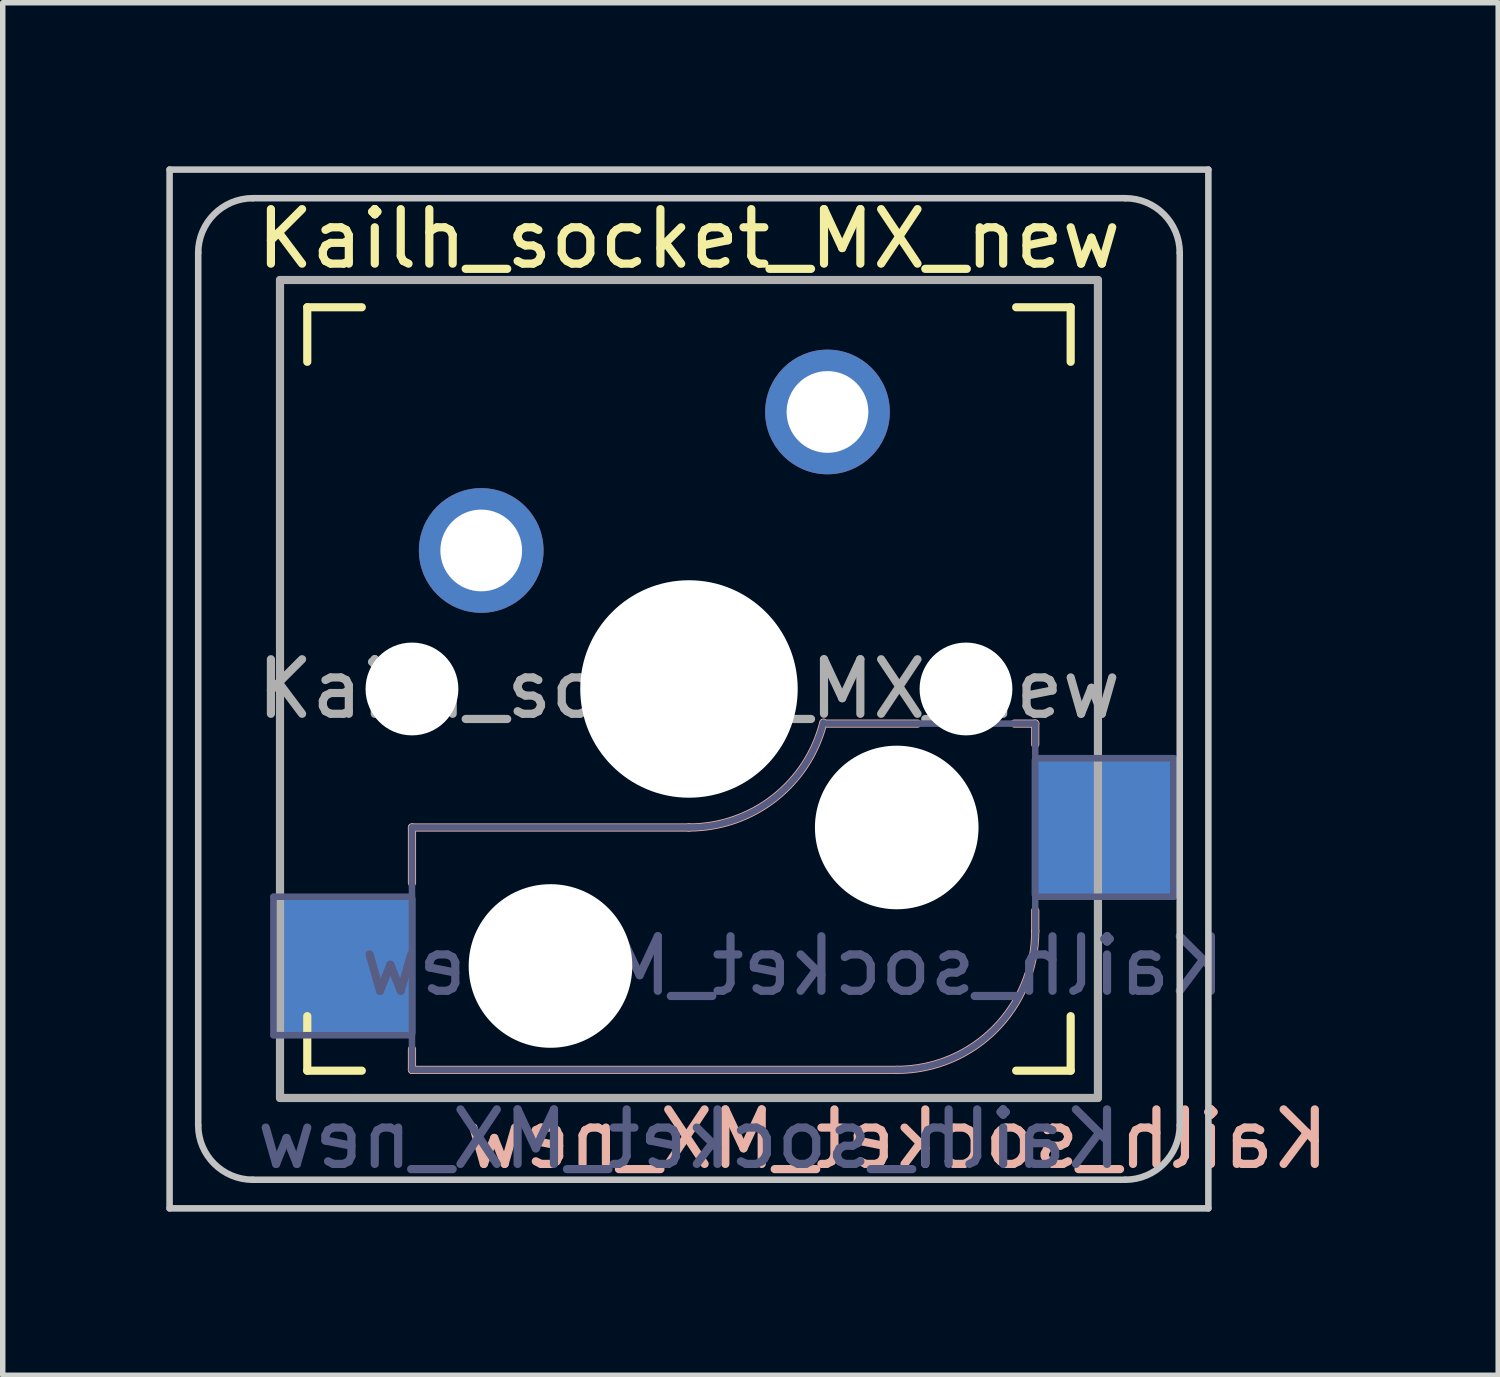
<source format=kicad_pcb>
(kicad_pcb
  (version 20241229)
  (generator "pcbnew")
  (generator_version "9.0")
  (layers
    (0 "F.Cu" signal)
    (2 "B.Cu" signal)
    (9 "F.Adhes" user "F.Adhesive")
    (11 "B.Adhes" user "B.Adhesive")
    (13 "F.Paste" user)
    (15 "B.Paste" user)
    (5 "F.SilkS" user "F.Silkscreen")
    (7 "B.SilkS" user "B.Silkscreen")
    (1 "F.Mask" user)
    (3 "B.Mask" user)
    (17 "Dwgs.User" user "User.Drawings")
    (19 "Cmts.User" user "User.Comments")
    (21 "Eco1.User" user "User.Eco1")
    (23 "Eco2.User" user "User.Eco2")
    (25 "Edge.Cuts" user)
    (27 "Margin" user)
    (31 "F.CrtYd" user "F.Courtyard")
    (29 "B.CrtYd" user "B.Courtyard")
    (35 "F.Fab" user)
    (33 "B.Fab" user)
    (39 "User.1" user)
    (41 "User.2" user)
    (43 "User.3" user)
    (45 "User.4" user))
  (footprint "Kailh_socket_MX_new"
    (layer "F.Cu")
    (at 9.585 9.585)
    (property "Reference" "Kailh_socket_MX_new" (at 0 -8.255 0) (layer "F.SilkS") (effects (font (size 1 1) (thickness 0.15))))
    (property "Value" "Kailh_socket_MX_new" (at 0 8.255 0) (layer "F.Fab") (hide yes) (effects (font (size 1 1) (thickness 0.15))))
    (attr through_hole)
    (fp_line (start -7 -6) (end -7 -7) (stroke (width 0.15) (type solid)) (layer "F.SilkS"))
    (fp_line (start -7 7) (end -7 6) (stroke (width 0.15) (type solid)) (layer "F.SilkS"))
    (fp_line (start -7 7) (end -6 7) (stroke (width 0.15) (type solid)) (layer "F.SilkS"))
    (fp_line (start -6 -7) (end -7 -7) (stroke (width 0.15) (type solid)) (layer "F.SilkS"))
    (fp_line (start 6 7) (end 7 7) (stroke (width 0.15) (type solid)) (layer "F.SilkS"))
    (fp_line (start 7 -7) (end 6 -7) (stroke (width 0.15) (type solid)) (layer "F.SilkS"))
    (fp_line (start 7 -7) (end 7 -6) (stroke (width 0.15) (type solid)) (layer "F.SilkS"))
    (fp_line (start 7 6) (end 7 7) (stroke (width 0.15) (type solid)) (layer "F.SilkS"))
    (fp_line (start -5.08 2.54) (end -5.08 3.556) (stroke (width 0.15) (type solid)) (layer "B.SilkS"))
    (fp_line (start -5.08 6.604) (end -5.08 6.985) (stroke (width 0.15) (type solid)) (layer "B.SilkS"))
    (fp_line (start -5.08 6.985) (end 3.81 6.985) (stroke (width 0.15) (type solid)) (layer "B.SilkS"))
    (fp_line (start 0 2.54) (end -5.08 2.54) (stroke (width 0.15) (type solid)) (layer "B.SilkS"))
    (fp_line (start 4.191 0.635) (end 2.54 0.635) (stroke (width 0.15) (type solid)) (layer "B.SilkS"))
    (fp_line (start 6.35 0.635) (end 5.969 0.635) (stroke (width 0.15) (type solid)) (layer "B.SilkS"))
    (fp_line (start 6.35 1.016) (end 6.35 0.635) (stroke (width 0.15) (type solid)) (layer "B.SilkS"))
    (fp_line (start 6.35 4.445) (end 6.35 4.064) (stroke (width 0.15) (type solid)) (layer "B.SilkS"))
    (fp_arc (start 2.464162 0.61604) (mid 1.563147 2.002042) (end 0 2.54) (stroke (width 0.15) (type solid)) (layer "B.SilkS"))
    (fp_arc (start 6.35 4.445) (mid 5.606051 6.241051) (end 3.81 6.985) (stroke (width 0.15) (type solid)) (layer "B.SilkS"))
    (fp_line (start -9.525 -9.525) (end 9.525 -9.525) (stroke (width 0.12) (type solid)) (layer "Dwgs.User"))
    (fp_line (start -9.525 9.525) (end -9.525 -9.525) (stroke (width 0.12) (type solid)) (layer "Dwgs.User"))
    (fp_line (start -9.525 9.525) (end 9.525 9.525) (stroke (width 0.12) (type solid)) (layer "Dwgs.User"))
    (fp_line (start -9 -8) (end -9 8) (stroke (width 0.12) (type solid)) (layer "Dwgs.User"))
    (fp_line (start -8 -9) (end 8 -9) (stroke (width 0.12) (type solid)) (layer "Dwgs.User"))
    (fp_line (start -8 9) (end 8 9) (stroke (width 0.12) (type solid)) (layer "Dwgs.User"))
    (fp_line (start 9 -8) (end 9 8) (stroke (width 0.12) (type solid)) (layer "Dwgs.User"))
    (fp_line (start 9.525 9.525) (end 9.525 -9.525) (stroke (width 0.12) (type solid)) (layer "Dwgs.User"))
    (fp_arc (start -9 -8) (mid -8.707107 -8.707107) (end -8 -9) (stroke (width 0.12) (type solid)) (layer "Dwgs.User"))
    (fp_arc (start -8 9) (mid -8.707107 8.707107) (end -9 8) (stroke (width 0.12) (type solid)) (layer "Dwgs.User"))
    (fp_arc (start 8 -9) (mid 8.707107 -8.707107) (end 9 -8) (stroke (width 0.12) (type solid)) (layer "Dwgs.User"))
    (fp_arc (start 9 8) (mid 8.707107 8.707107) (end 8 9) (stroke (width 0.12) (type solid)) (layer "Dwgs.User"))
    (fp_line (start -7 7) (end -7 -7) (stroke (width 0.15) (type solid)) (layer "Eco2.User"))
    (fp_line (start -7 7) (end 7 7) (stroke (width 0.15) (type solid)) (layer "Eco2.User"))
    (fp_line (start 7 -7) (end -7 -7) (stroke (width 0.15) (type solid)) (layer "Eco2.User"))
    (fp_line (start 7 -7) (end 7 7) (stroke (width 0.15) (type solid)) (layer "Eco2.User"))
    (fp_line (start -7.62 3.81) (end -7.62 6.35) (stroke (width 0.12) (type solid)) (layer "B.Fab"))
    (fp_line (start -7.62 6.35) (end -5.08 6.35) (stroke (width 0.12) (type solid)) (layer "B.Fab"))
    (fp_line (start -5.08 2.54) (end -5.08 6.985) (stroke (width 0.12) (type solid)) (layer "B.Fab"))
    (fp_line (start -5.08 3.81) (end -7.62 3.81) (stroke (width 0.12) (type solid)) (layer "B.Fab"))
    (fp_line (start -5.08 6.985) (end 3.81 6.985) (stroke (width 0.12) (type solid)) (layer "B.Fab"))
    (fp_line (start 0 2.54) (end -5.08 2.54) (stroke (width 0.12) (type solid)) (layer "B.Fab"))
    (fp_line (start 6.35 0.635) (end 2.54 0.635) (stroke (width 0.12) (type solid)) (layer "B.Fab"))
    (fp_line (start 6.35 3.81) (end 8.89 3.81) (stroke (width 0.12) (type solid)) (layer "B.Fab"))
    (fp_line (start 6.35 4.445) (end 6.35 0.635) (stroke (width 0.12) (type solid)) (layer "B.Fab"))
    (fp_line (start 8.89 1.27) (end 6.35 1.27) (stroke (width 0.12) (type solid)) (layer "B.Fab"))
    (fp_line (start 8.89 3.81) (end 8.89 1.27) (stroke (width 0.12) (type solid)) (layer "B.Fab"))
    (fp_arc (start 2.464162 0.61604) (mid 1.563147 2.002042) (end 0 2.54) (stroke (width 0.12) (type solid)) (layer "B.Fab"))
    (fp_arc (start 6.35 4.445) (mid 5.606051 6.241051) (end 3.81 6.985) (stroke (width 0.12) (type solid)) (layer "B.Fab"))
    (fp_line (start -7.5 -7.5) (end 7.5 -7.5) (stroke (width 0.15) (type solid)) (layer "F.Fab"))
    (fp_line (start -7.5 7.5) (end -7.5 -7.5) (stroke (width 0.15) (type solid)) (layer "F.Fab"))
    (fp_line (start 7.5 -7.5) (end 7.5 7.5) (stroke (width 0.15) (type solid)) (layer "F.Fab"))
    (fp_line (start 7.5 7.5) (end -7.5 7.5) (stroke (width 0.15) (type solid)) (layer "F.Fab"))
    (fp_text user "${REFERENCE}" (at 3.81 8.255 0) (layer "B.SilkS") (effects (font (size 1 1) (thickness 0.15)) (justify mirror)))
    (fp_text user "${VALUE}" (at 0 8.255 0) (layer "B.Fab") (effects (font (size 1 1) (thickness 0.15)) (justify mirror)))
    (fp_text user "${REFERENCE}" (at 1.905 5.08 0) (layer "B.Fab") (effects (font (size 1 1) (thickness 0.15)) (justify mirror)))
    (fp_text user "${REFERENCE}" (at 0 0 0) (layer "F.Fab") (effects (font (size 1 1) (thickness 0.15))))
    (pad "" np_thru_hole circle (at -5.08 0) (size 1.702 1.702) (drill 1.702) (layers "*.Cu" "*.Mask"))
    (pad "" np_thru_hole circle (at -2.54 5.08) (size 3 3) (drill 3) (layers "*.Cu" "*.Mask"))
    (pad "" np_thru_hole circle (at 0 0) (size 3.988 3.988) (drill 3.988) (layers "*.Cu" "*.Mask"))
    (pad "" np_thru_hole circle (at 3.81 2.54) (size 3 3) (drill 3) (layers "*.Cu" "*.Mask"))
    (pad "" np_thru_hole circle (at 5.08 0) (size 1.702 1.702) (drill 1.702) (layers "*.Cu" "*.Mask"))
    (pad "1" smd rect (at -6.29 5.08) (size 2.55 2.5) (layers "B.Cu" "B.Mask" "B.Paste"))
    (pad "1" thru_hole circle (at 2.54 -5.08) (size 2.286 2.286) (drill 1.499) (layers "*.Cu" "*.Mask"))
    (pad "2" thru_hole circle (at -3.81 -2.54) (size 2.286 2.286) (drill 1.499) (layers "*.Cu" "*.Mask"))
    (pad "2" smd rect (at 7.56 2.54) (size 2.55 2.5) (layers "B.Cu" "B.Mask" "B.Paste")))
  (gr_rect
    (start -3 -3)
    (end 24.425 22.17)
    (stroke (width 0.1) (type default))
    (fill no)
    (layer "Edge.Cuts")))
</source>
